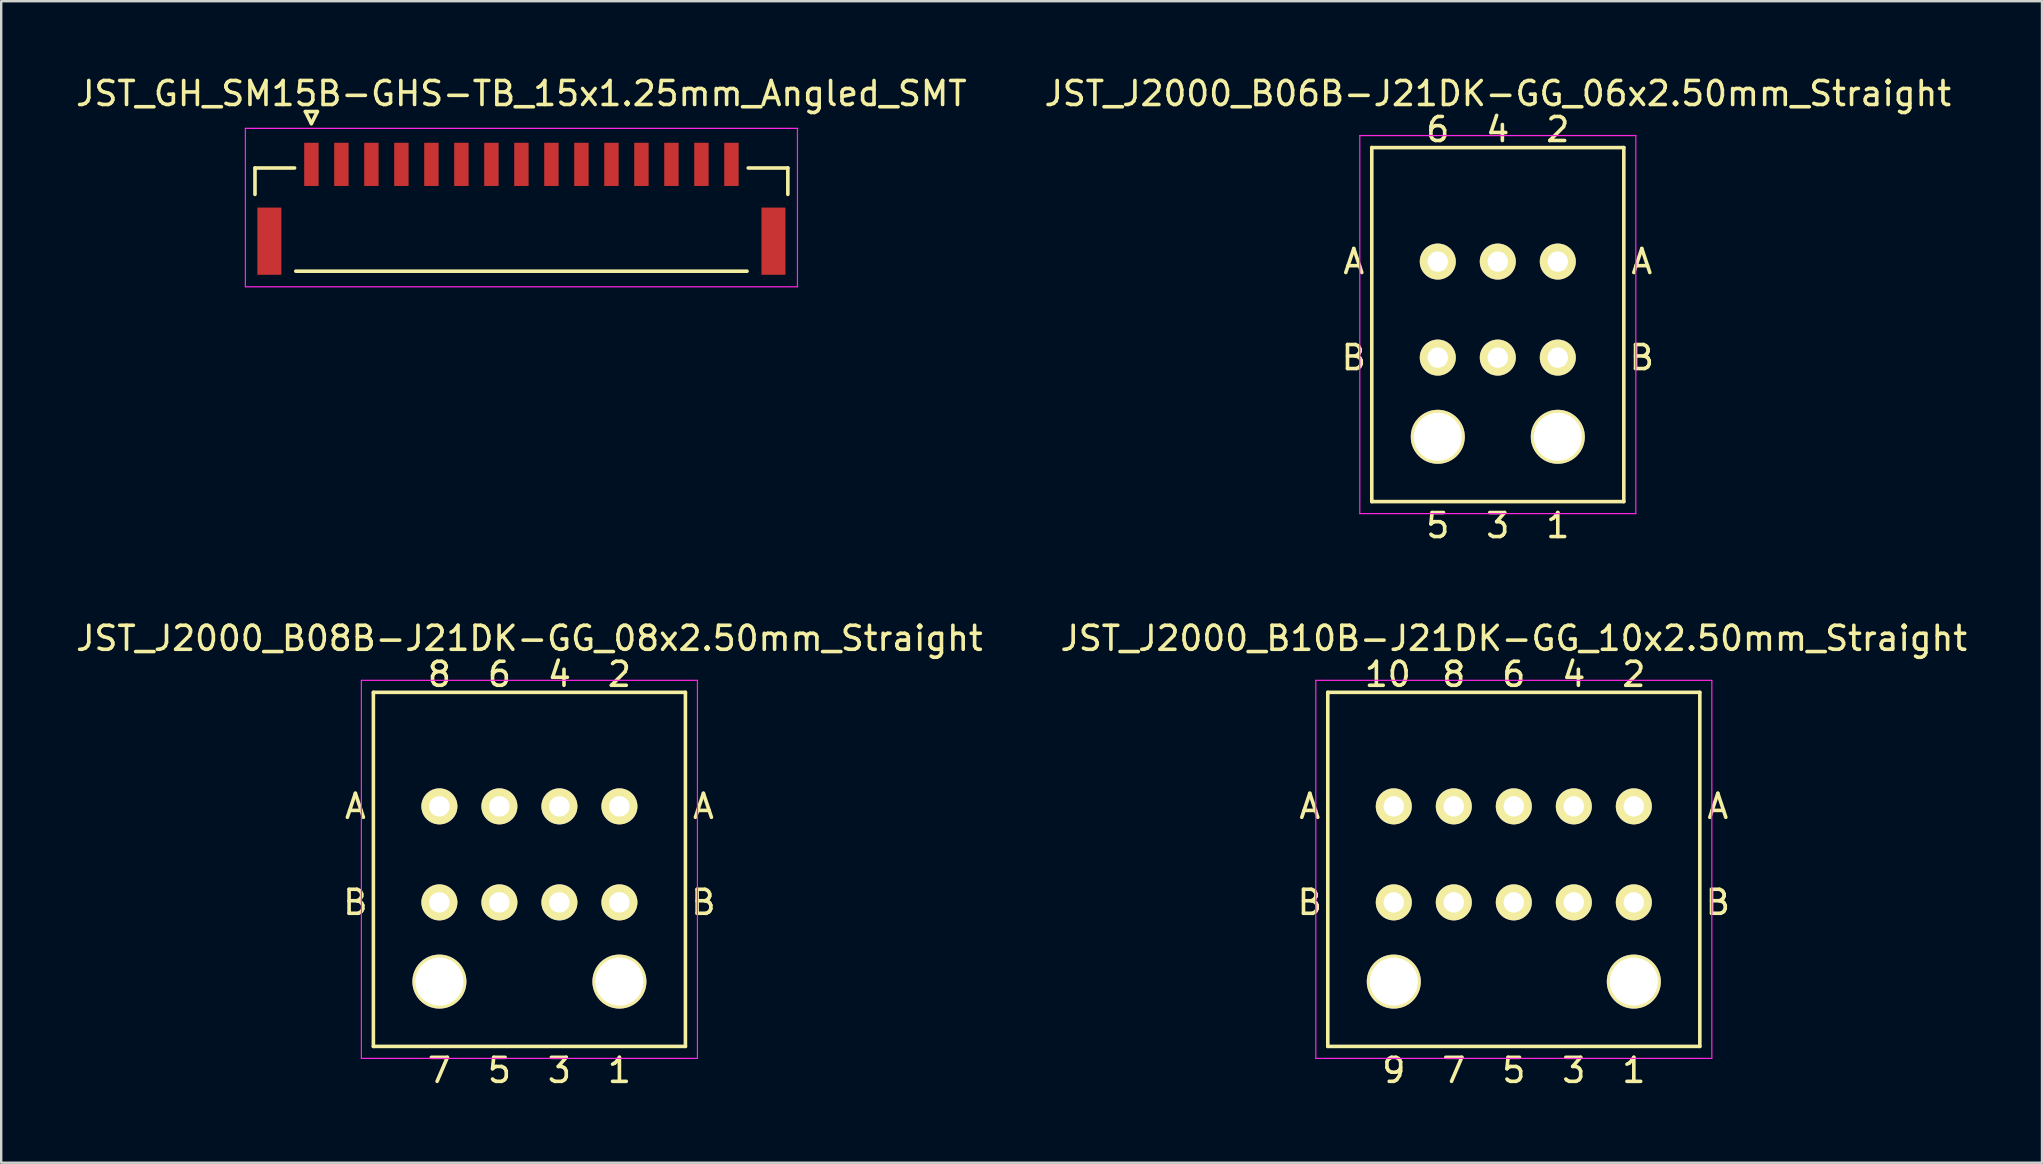
<source format=kicad_pcb>
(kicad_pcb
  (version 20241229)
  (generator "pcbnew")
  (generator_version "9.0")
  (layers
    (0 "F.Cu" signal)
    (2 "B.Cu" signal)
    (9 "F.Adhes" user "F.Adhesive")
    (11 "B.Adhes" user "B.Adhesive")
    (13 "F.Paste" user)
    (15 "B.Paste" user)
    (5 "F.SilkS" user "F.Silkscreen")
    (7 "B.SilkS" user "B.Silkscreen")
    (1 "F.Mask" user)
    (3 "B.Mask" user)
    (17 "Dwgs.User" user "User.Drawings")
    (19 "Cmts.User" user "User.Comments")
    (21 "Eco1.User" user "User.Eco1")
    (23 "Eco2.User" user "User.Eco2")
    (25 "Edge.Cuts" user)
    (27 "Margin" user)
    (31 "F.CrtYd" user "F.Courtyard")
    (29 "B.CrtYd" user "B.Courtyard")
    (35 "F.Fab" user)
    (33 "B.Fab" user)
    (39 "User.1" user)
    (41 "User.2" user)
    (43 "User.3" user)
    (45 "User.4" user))
  (footprint "JST_J2000_B10B-J21DK-GG_10x2.50mm_Straight"
    (layer "F.Cu")
    (at 65.018 34.545)
    (property "Reference" "JST_J2000_B10B-J21DK-GG_10x2.50mm_Straight" (at -5 -11 0) (layer "F.SilkS") (effects (font (size 1 1) (thickness 0.15))))
    (attr through_hole)
    (fp_line (start -12.75 6) (end -12.75 -8.75) (stroke (width 0.15) (type solid)) (layer "F.SilkS"))
    (fp_line (start 2.75 -8.75) (end -12.75 -8.75) (stroke (width 0.15) (type solid)) (layer "F.SilkS"))
    (fp_line (start 2.75 -8.75) (end 2.75 6) (stroke (width 0.15) (type solid)) (layer "F.SilkS"))
    (fp_line (start 2.75 6) (end -12.75 6) (stroke (width 0.15) (type solid)) (layer "F.SilkS"))
    (fp_line (start -13.25 -9.25) (end 3.25 -9.25) (stroke (width 0.05) (type solid)) (layer "F.CrtYd"))
    (fp_line (start -13.25 6.5) (end -13.25 -9.25) (stroke (width 0.05) (type solid)) (layer "F.CrtYd"))
    (fp_line (start 3.25 -9.25) (end 3.25 6.5) (stroke (width 0.05) (type solid)) (layer "F.CrtYd"))
    (fp_line (start 3.25 6.5) (end -13.25 6.5) (stroke (width 0.05) (type solid)) (layer "F.CrtYd"))
    (fp_text user "5" (at -5 7 0) (layer "F.SilkS") (effects (font (size 1 1) (thickness 0.15))))
    (fp_text user "8" (at -7.5 -9.5 0) (layer "F.SilkS") (effects (font (size 1 1) (thickness 0.15))))
    (fp_text user "B" (at 3.5 0 0) (layer "F.SilkS") (effects (font (size 1 1) (thickness 0.15))))
    (fp_text user "A" (at 3.5 -4 0) (layer "F.SilkS") (effects (font (size 1 1) (thickness 0.15))))
    (fp_text user "2" (at 0 -9.5 0) (layer "F.SilkS") (effects (font (size 1 1) (thickness 0.15))))
    (fp_text user "A" (at -13.5 -4 0) (layer "F.SilkS") (effects (font (size 1 1) (thickness 0.15))))
    (fp_text user "B" (at -13.5 0 0) (layer "F.SilkS") (effects (font (size 1 1) (thickness 0.15))))
    (fp_text user "1" (at 0 7 0) (layer "F.SilkS") (effects (font (size 1 1) (thickness 0.15))))
    (fp_text user "10" (at -10.25 -9.5 0) (layer "F.SilkS") (effects (font (size 1 1) (thickness 0.15))))
    (fp_text user "6" (at -5 -9.5 0) (layer "F.SilkS") (effects (font (size 1 1) (thickness 0.15))))
    (fp_text user "4" (at -2.5 -9.5 0) (layer "F.SilkS") (effects (font (size 1 1) (thickness 0.15))))
    (fp_text user "3" (at -2.5 7 0) (layer "F.SilkS") (effects (font (size 1 1) (thickness 0.15))))
    (fp_text user "9" (at -10 7 0) (layer "F.SilkS") (effects (font (size 1 1) (thickness 0.15))))
    (fp_text user "7" (at -7.5 7 0) (layer "F.SilkS") (effects (font (size 1 1) (thickness 0.15))))
    (pad "" thru_hole circle (at -10 3.3) (size 2.25 2.25) (drill 2) (layers "*.Cu" "*.Mask" "F.SilkS"))
    (pad "" thru_hole circle (at 0 3.3) (size 2.25 2.25) (drill 2) (layers "*.Cu" "*.Mask" "F.SilkS"))
    (pad "1" thru_hole circle (at 0 0) (size 1.5 1.5) (drill 0.85) (layers "*.Cu" "*.Mask" "F.SilkS"))
    (pad "2" thru_hole circle (at 0 -4) (size 1.5 1.5) (drill 0.85) (layers "*.Cu" "*.Mask" "F.SilkS"))
    (pad "3" thru_hole circle (at -2.5 0) (size 1.5 1.5) (drill 0.85) (layers "*.Cu" "*.Mask" "F.SilkS"))
    (pad "4" thru_hole circle (at -2.5 -4) (size 1.5 1.5) (drill 0.85) (layers "*.Cu" "*.Mask" "F.SilkS"))
    (pad "5" thru_hole circle (at -5 0) (size 1.5 1.5) (drill 0.85) (layers "*.Cu" "*.Mask" "F.SilkS"))
    (pad "6" thru_hole circle (at -5 -4) (size 1.5 1.5) (drill 0.85) (layers "*.Cu" "*.Mask" "F.SilkS"))
    (pad "7" thru_hole circle (at -7.5 0) (size 1.5 1.5) (drill 0.85) (layers "*.Cu" "*.Mask" "F.SilkS"))
    (pad "8" thru_hole circle (at -7.5 -4) (size 1.5 1.5) (drill 0.85) (layers "*.Cu" "*.Mask" "F.SilkS"))
    (pad "9" thru_hole circle (at -10 0) (size 1.5 1.5) (drill 0.85) (layers "*.Cu" "*.Mask" "F.SilkS"))
    (pad "10" thru_hole circle (at -10 -4) (size 1.5 1.5) (drill 0.85) (layers "*.Cu" "*.Mask" "F.SilkS")))
  (footprint "JST_J2000_B06B-J21DK-GG_06x2.50mm_Straight"
    (layer "F.Cu")
    (at 61.851 11.848)
    (property "Reference" "JST_J2000_B06B-J21DK-GG_06x2.50mm_Straight" (at -2.5 -11 0) (layer "F.SilkS") (effects (font (size 1 1) (thickness 0.15))))
    (attr through_hole)
    (fp_line (start -7.75 6) (end -7.75 -8.75) (stroke (width 0.15) (type solid)) (layer "F.SilkS"))
    (fp_line (start 2.75 -8.75) (end -7.75 -8.75) (stroke (width 0.15) (type solid)) (layer "F.SilkS"))
    (fp_line (start 2.75 -8.75) (end 2.75 6) (stroke (width 0.15) (type solid)) (layer "F.SilkS"))
    (fp_line (start 2.75 6) (end -7.75 6) (stroke (width 0.15) (type solid)) (layer "F.SilkS"))
    (fp_line (start -8.25 -9.25) (end 3.25 -9.25) (stroke (width 0.05) (type solid)) (layer "F.CrtYd"))
    (fp_line (start -8.25 6.5) (end -8.25 -9.25) (stroke (width 0.05) (type solid)) (layer "F.CrtYd"))
    (fp_line (start 3.25 -9.25) (end 3.25 6.5) (stroke (width 0.05) (type solid)) (layer "F.CrtYd"))
    (fp_line (start 3.25 6.5) (end -8.25 6.5) (stroke (width 0.05) (type solid)) (layer "F.CrtYd"))
    (fp_text user "2" (at 0 -9.5 0) (layer "F.SilkS") (effects (font (size 1 1) (thickness 0.15))))
    (fp_text user "3" (at -2.5 7 0) (layer "F.SilkS") (effects (font (size 1 1) (thickness 0.15))))
    (fp_text user "B" (at -8.5 0 0) (layer "F.SilkS") (effects (font (size 1 1) (thickness 0.15))))
    (fp_text user "A" (at -8.5 -4 0) (layer "F.SilkS") (effects (font (size 1 1) (thickness 0.15))))
    (fp_text user "1" (at 0 7 0) (layer "F.SilkS") (effects (font (size 1 1) (thickness 0.15))))
    (fp_text user "A" (at 3.5 -4 0) (layer "F.SilkS") (effects (font (size 1 1) (thickness 0.15))))
    (fp_text user "B" (at 3.5 0 0) (layer "F.SilkS") (effects (font (size 1 1) (thickness 0.15))))
    (fp_text user "4" (at -2.5 -9.5 0) (layer "F.SilkS") (effects (font (size 1 1) (thickness 0.15))))
    (fp_text user "6" (at -5 -9.5 0) (layer "F.SilkS") (effects (font (size 1 1) (thickness 0.15))))
    (fp_text user "5" (at -5 7 0) (layer "F.SilkS") (effects (font (size 1 1) (thickness 0.15))))
    (pad "" thru_hole circle (at -5 3.3) (size 2.25 2.25) (drill 2) (layers "*.Cu" "*.Mask" "F.SilkS"))
    (pad "" thru_hole circle (at 0 3.3) (size 2.25 2.25) (drill 2) (layers "*.Cu" "*.Mask" "F.SilkS"))
    (pad "1" thru_hole circle (at 0 0) (size 1.5 1.5) (drill 0.85) (layers "*.Cu" "*.Mask" "F.SilkS"))
    (pad "2" thru_hole circle (at 0 -4) (size 1.5 1.5) (drill 0.85) (layers "*.Cu" "*.Mask" "F.SilkS"))
    (pad "3" thru_hole circle (at -2.5 0) (size 1.5 1.5) (drill 0.85) (layers "*.Cu" "*.Mask" "F.SilkS"))
    (pad "4" thru_hole circle (at -2.5 -4) (size 1.5 1.5) (drill 0.85) (layers "*.Cu" "*.Mask" "F.SilkS"))
    (pad "5" thru_hole circle (at -5 0) (size 1.5 1.5) (drill 0.85) (layers "*.Cu" "*.Mask" "F.SilkS"))
    (pad "6" thru_hole circle (at -5 -4) (size 1.5 1.5) (drill 0.85) (layers "*.Cu" "*.Mask" "F.SilkS")))
  (footprint "JST_J2000_B08B-J21DK-GG_08x2.50mm_Straight"
    (layer "F.Cu")
    (at 22.756 34.545)
    (property "Reference" "JST_J2000_B08B-J21DK-GG_08x2.50mm_Straight" (at -3.75 -11 0) (layer "F.SilkS") (effects (font (size 1 1) (thickness 0.15))))
    (attr through_hole)
    (fp_line (start -10.25 6) (end -10.25 -8.75) (stroke (width 0.15) (type solid)) (layer "F.SilkS"))
    (fp_line (start 2.75 -8.75) (end -10.25 -8.75) (stroke (width 0.15) (type solid)) (layer "F.SilkS"))
    (fp_line (start 2.75 -8.75) (end 2.75 6) (stroke (width 0.15) (type solid)) (layer "F.SilkS"))
    (fp_line (start 2.75 6) (end -10.25 6) (stroke (width 0.15) (type solid)) (layer "F.SilkS"))
    (fp_line (start -10.75 -9.25) (end 3.25 -9.25) (stroke (width 0.05) (type solid)) (layer "F.CrtYd"))
    (fp_line (start -10.75 6.5) (end -10.75 -9.25) (stroke (width 0.05) (type solid)) (layer "F.CrtYd"))
    (fp_line (start 3.25 -9.25) (end 3.25 6.5) (stroke (width 0.05) (type solid)) (layer "F.CrtYd"))
    (fp_line (start 3.25 6.5) (end -10.75 6.5) (stroke (width 0.05) (type solid)) (layer "F.CrtYd"))
    (fp_text user "A" (at -11 -4 0) (layer "F.SilkS") (effects (font (size 1 1) (thickness 0.15))))
    (fp_text user "B" (at 3.5 0 0) (layer "F.SilkS") (effects (font (size 1 1) (thickness 0.15))))
    (fp_text user "5" (at -5 7 0) (layer "F.SilkS") (effects (font (size 1 1) (thickness 0.15))))
    (fp_text user "A" (at 3.5 -4 0) (layer "F.SilkS") (effects (font (size 1 1) (thickness 0.15))))
    (fp_text user "7" (at -7.5 7 0) (layer "F.SilkS") (effects (font (size 1 1) (thickness 0.15))))
    (fp_text user "6" (at -5 -9.5 0) (layer "F.SilkS") (effects (font (size 1 1) (thickness 0.15))))
    (fp_text user "3" (at -2.5 7 0) (layer "F.SilkS") (effects (font (size 1 1) (thickness 0.15))))
    (fp_text user "2" (at 0 -9.5 0) (layer "F.SilkS") (effects (font (size 1 1) (thickness 0.15))))
    (fp_text user "8" (at -7.5 -9.5 0) (layer "F.SilkS") (effects (font (size 1 1) (thickness 0.15))))
    (fp_text user "1" (at 0 7 0) (layer "F.SilkS") (effects (font (size 1 1) (thickness 0.15))))
    (fp_text user "B" (at -11 0 0) (layer "F.SilkS") (effects (font (size 1 1) (thickness 0.15))))
    (fp_text user "4" (at -2.5 -9.5 0) (layer "F.SilkS") (effects (font (size 1 1) (thickness 0.15))))
    (pad "" thru_hole circle (at -7.5 3.3) (size 2.25 2.25) (drill 2) (layers "*.Cu" "*.Mask" "F.SilkS"))
    (pad "" thru_hole circle (at 0 3.3) (size 2.25 2.25) (drill 2) (layers "*.Cu" "*.Mask" "F.SilkS"))
    (pad "1" thru_hole circle (at 0 0) (size 1.5 1.5) (drill 0.85) (layers "*.Cu" "*.Mask" "F.SilkS"))
    (pad "2" thru_hole circle (at 0 -4) (size 1.5 1.5) (drill 0.85) (layers "*.Cu" "*.Mask" "F.SilkS"))
    (pad "3" thru_hole circle (at -2.5 0) (size 1.5 1.5) (drill 0.85) (layers "*.Cu" "*.Mask" "F.SilkS"))
    (pad "4" thru_hole circle (at -2.5 -4) (size 1.5 1.5) (drill 0.85) (layers "*.Cu" "*.Mask" "F.SilkS"))
    (pad "5" thru_hole circle (at -5 0) (size 1.5 1.5) (drill 0.85) (layers "*.Cu" "*.Mask" "F.SilkS"))
    (pad "6" thru_hole circle (at -5 -4) (size 1.5 1.5) (drill 0.85) (layers "*.Cu" "*.Mask" "F.SilkS"))
    (pad "7" thru_hole circle (at -7.5 0) (size 1.5 1.5) (drill 0.85) (layers "*.Cu" "*.Mask" "F.SilkS"))
    (pad "8" thru_hole circle (at -7.5 -4) (size 1.5 1.5) (drill 0.85) (layers "*.Cu" "*.Mask" "F.SilkS")))
  (footprint "JST_GH_SM15B-GHS-TB_15x1.25mm_Angled_SMT"
    (layer "F.Cu")
    (at 18.673 5.398)
    (property "Reference" "JST_GH_SM15B-GHS-TB_15x1.25mm_Angled_SMT" (at 0 -4.55 0) (layer "F.SilkS") (effects (font (size 1 1) (thickness 0.15))))
    (attr smd)
    (fp_line (start -11.1 -1.45) (end -9.45 -1.45) (stroke (width 0.15) (type solid)) (layer "F.SilkS"))
    (fp_line (start -11.1 -0.35) (end -11.1 -1.45) (stroke (width 0.15) (type solid)) (layer "F.SilkS"))
    (fp_line (start -9.4 2.85) (end 9.4 2.85) (stroke (width 0.15) (type solid)) (layer "F.SilkS"))
    (fp_line (start -9 -3.8) (end -8.5 -3.8) (stroke (width 0.15) (type solid)) (layer "F.SilkS"))
    (fp_line (start -8.75 -3.3) (end -9 -3.8) (stroke (width 0.15) (type solid)) (layer "F.SilkS"))
    (fp_line (start -8.5 -3.8) (end -8.75 -3.3) (stroke (width 0.15) (type solid)) (layer "F.SilkS"))
    (fp_line (start 11.1 -1.45) (end 9.45 -1.45) (stroke (width 0.15) (type solid)) (layer "F.SilkS"))
    (fp_line (start 11.1 -0.35) (end 11.1 -1.45) (stroke (width 0.15) (type solid)) (layer "F.SilkS"))
    (fp_line (start -11.5 -3.1) (end -11.5 3.5) (stroke (width 0.05) (type solid)) (layer "F.CrtYd"))
    (fp_line (start -11.5 3.5) (end 11.5 3.5) (stroke (width 0.05) (type solid)) (layer "F.CrtYd"))
    (fp_line (start 11.5 -3.1) (end -11.5 -3.1) (stroke (width 0.05) (type solid)) (layer "F.CrtYd"))
    (fp_line (start 11.5 3.5) (end 11.5 -3.1) (stroke (width 0.05) (type solid)) (layer "F.CrtYd"))
    (pad "" smd rect (at -10.5 1.6) (size 1 2.8) (layers "F.Cu" "F.Mask" "F.Paste"))
    (pad "" smd rect (at 10.5 1.6) (size 1 2.8) (layers "F.Cu" "F.Mask" "F.Paste"))
    (pad "1" smd rect (at -8.75 -1.6) (size 0.6 1.8) (layers "F.Cu" "F.Mask" "F.Paste"))
    (pad "2" smd rect (at -7.5 -1.6) (size 0.6 1.8) (layers "F.Cu" "F.Mask" "F.Paste"))
    (pad "3" smd rect (at -6.25 -1.6) (size 0.6 1.8) (layers "F.Cu" "F.Mask" "F.Paste"))
    (pad "4" smd rect (at -5 -1.6) (size 0.6 1.8) (layers "F.Cu" "F.Mask" "F.Paste"))
    (pad "5" smd rect (at -3.75 -1.6) (size 0.6 1.8) (layers "F.Cu" "F.Mask" "F.Paste"))
    (pad "6" smd rect (at -2.5 -1.6) (size 0.6 1.8) (layers "F.Cu" "F.Mask" "F.Paste"))
    (pad "7" smd rect (at -1.25 -1.6) (size 0.6 1.8) (layers "F.Cu" "F.Mask" "F.Paste"))
    (pad "8" smd rect (at 0 -1.6) (size 0.6 1.8) (layers "F.Cu" "F.Mask" "F.Paste"))
    (pad "9" smd rect (at 1.25 -1.6) (size 0.6 1.8) (layers "F.Cu" "F.Mask" "F.Paste"))
    (pad "10" smd rect (at 2.5 -1.6) (size 0.6 1.8) (layers "F.Cu" "F.Mask" "F.Paste"))
    (pad "11" smd rect (at 3.75 -1.6) (size 0.6 1.8) (layers "F.Cu" "F.Mask" "F.Paste"))
    (pad "12" smd rect (at 5 -1.6) (size 0.6 1.8) (layers "F.Cu" "F.Mask" "F.Paste"))
    (pad "13" smd rect (at 6.25 -1.6) (size 0.6 1.8) (layers "F.Cu" "F.Mask" "F.Paste"))
    (pad "14" smd rect (at 7.5 -1.6) (size 0.6 1.8) (layers "F.Cu" "F.Mask" "F.Paste"))
    (pad "15" smd rect (at 8.75 -1.6) (size 0.6 1.8) (layers "F.Cu" "F.Mask" "F.Paste")))
  (gr_rect
    (start -3 -3)
    (end 82.024 45.393)
    (stroke (width 0.1) (type default))
    (fill no)
    (layer "Edge.Cuts")))
</source>
